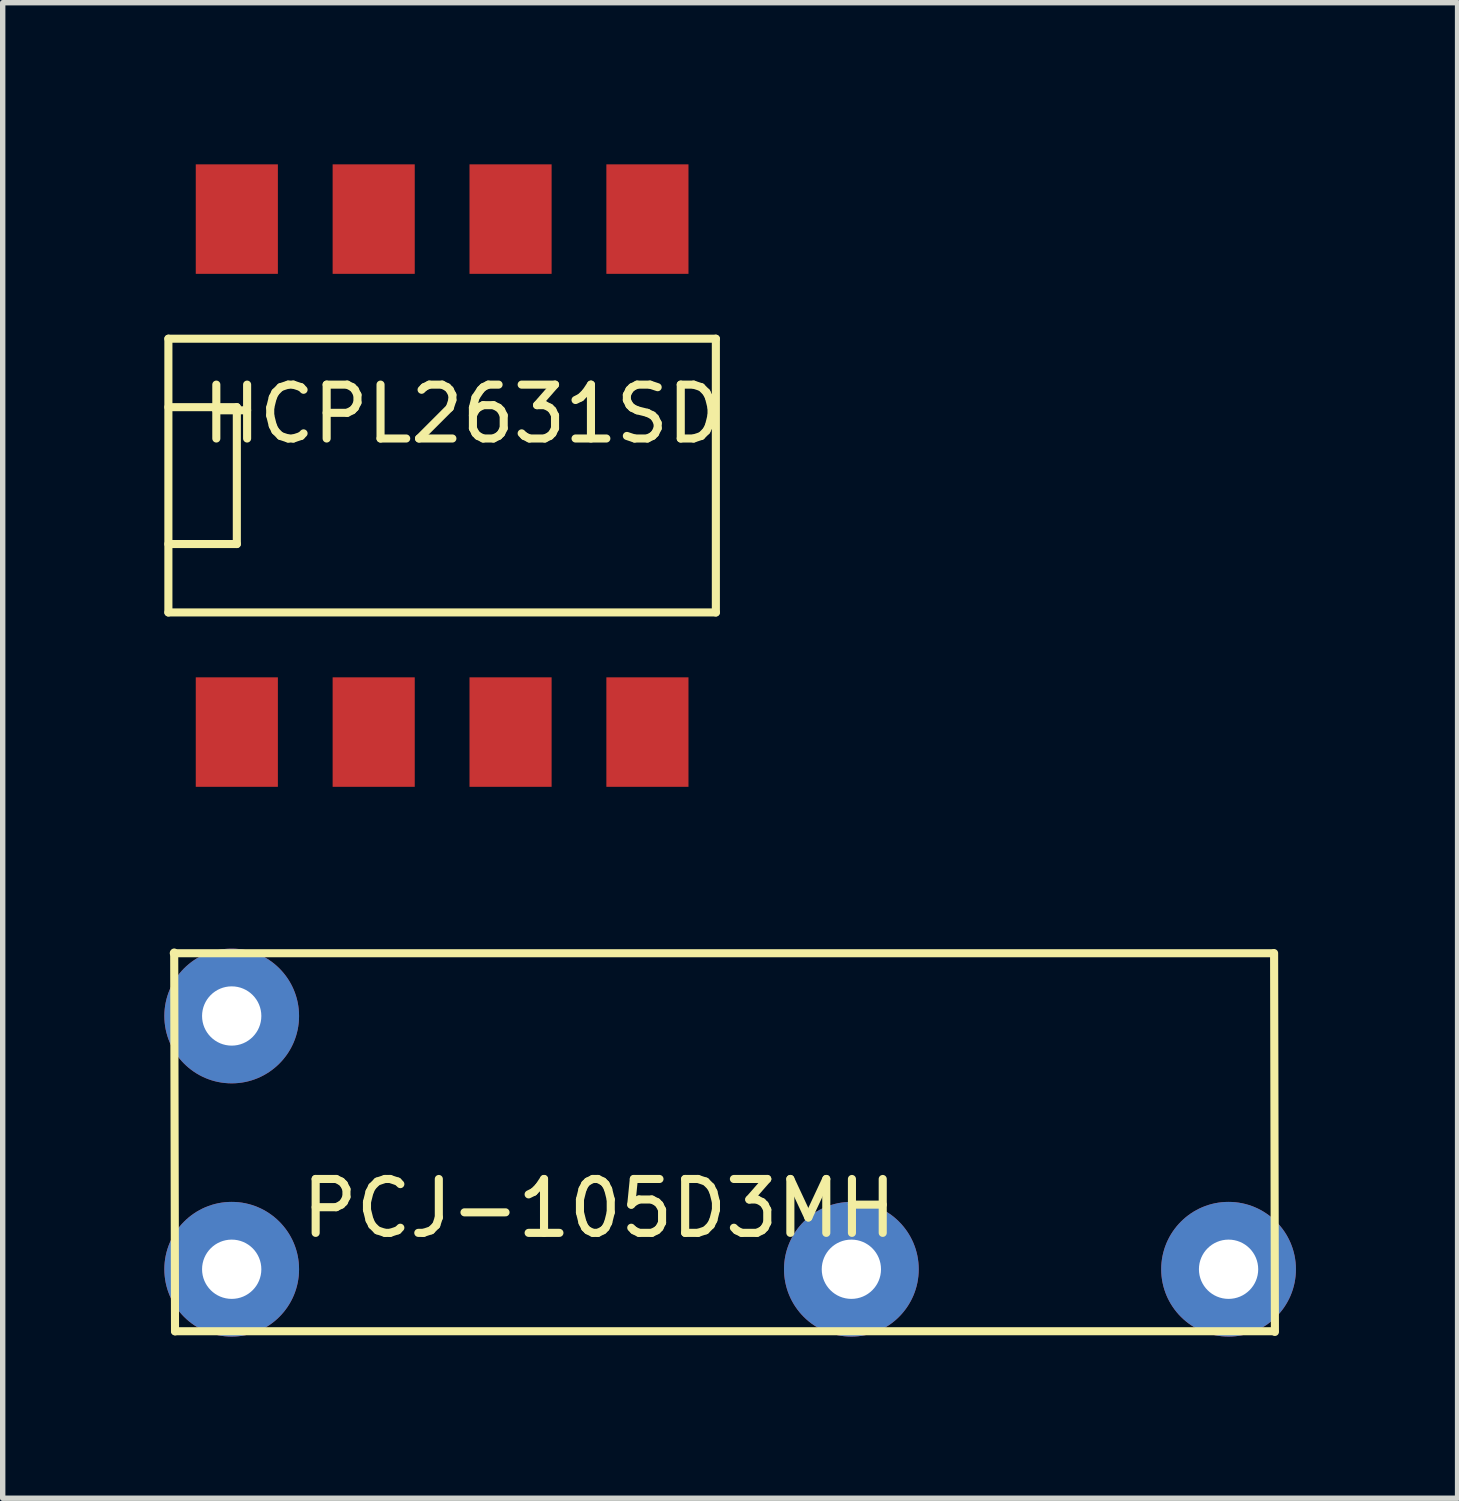
<source format=kicad_pcb>
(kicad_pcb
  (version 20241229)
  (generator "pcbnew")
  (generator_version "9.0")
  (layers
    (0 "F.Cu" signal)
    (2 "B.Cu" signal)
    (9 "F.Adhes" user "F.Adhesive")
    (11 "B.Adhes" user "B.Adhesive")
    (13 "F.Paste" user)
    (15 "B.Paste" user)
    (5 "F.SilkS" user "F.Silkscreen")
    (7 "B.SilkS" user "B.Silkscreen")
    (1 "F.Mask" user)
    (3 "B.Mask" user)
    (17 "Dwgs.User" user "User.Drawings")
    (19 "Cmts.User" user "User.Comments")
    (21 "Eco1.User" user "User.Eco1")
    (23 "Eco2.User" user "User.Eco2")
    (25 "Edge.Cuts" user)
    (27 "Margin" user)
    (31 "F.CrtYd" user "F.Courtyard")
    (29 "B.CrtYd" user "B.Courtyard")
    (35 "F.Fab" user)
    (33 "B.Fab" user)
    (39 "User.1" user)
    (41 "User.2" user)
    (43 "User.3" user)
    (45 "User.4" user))
  (footprint "HCPL2631SD"
    (layer "F.Cu")
    (at 5.155 5.776)
    (property "Reference" "HCPL2631SD" (at 0.381 -1.143 0) (layer "F.SilkS") (effects (font (size 1 1) (thickness 0.15))))
    (attr smd)
    (fp_line (start -5.08 -2.54) (end -5.08 2.54) (stroke (width 0.15) (type solid)) (layer "F.SilkS"))
    (fp_line (start -5.08 -1.27) (end -3.81 -1.27) (stroke (width 0.15) (type solid)) (layer "F.SilkS"))
    (fp_line (start -5.08 2.54) (end 5.08 2.54) (stroke (width 0.15) (type solid)) (layer "F.SilkS"))
    (fp_line (start -3.81 -1.27) (end -3.81 1.27) (stroke (width 0.15) (type solid)) (layer "F.SilkS"))
    (fp_line (start -3.81 1.27) (end -5.08 1.27) (stroke (width 0.15) (type solid)) (layer "F.SilkS"))
    (fp_line (start 5.08 -2.54) (end -5.08 -2.54) (stroke (width 0.15) (type solid)) (layer "F.SilkS"))
    (fp_line (start 5.08 2.54) (end 5.08 -2.54) (stroke (width 0.15) (type solid)) (layer "F.SilkS"))
    (pad "1" smd rect (at -3.81 4.76) (size 1.524 2.032) (layers "F.Cu" "F.Mask" "F.Paste"))
    (pad "2" smd rect (at -1.27 4.76) (size 1.524 2.032) (layers "F.Cu" "F.Mask" "F.Paste"))
    (pad "3" smd rect (at 1.27 4.76) (size 1.524 2.032) (layers "F.Cu" "F.Mask" "F.Paste"))
    (pad "4" smd rect (at 3.81 4.76) (size 1.524 2.032) (layers "F.Cu" "F.Mask" "F.Paste"))
    (pad "5" smd rect (at 3.81 -4.76) (size 1.524 2.032) (layers "F.Cu" "F.Mask" "F.Paste"))
    (pad "6" smd rect (at 1.27 -4.76) (size 1.524 2.032) (layers "F.Cu" "F.Mask" "F.Paste"))
    (pad "7" smd rect (at -1.27 -4.76) (size 1.524 2.032) (layers "F.Cu" "F.Mask" "F.Paste"))
    (pad "8" smd rect (at -3.81 -4.76) (size 1.524 2.032) (layers "F.Cu" "F.Mask" "F.Paste")))
  (footprint "PCJ-105D3MH"
    (layer "F.Cu")
    (at 1.25 20.505)
    (property "Reference" "PCJ-105D3MH" (at 6.82 -1.13 0) (layer "F.SilkS") (effects (font (size 1 1) (thickness 0.15))))
    (attr through_hole)
    (fp_line (start -1.075 -5.865) (end 19.325 -5.865) (stroke (width 0.15) (type solid)) (layer "F.SilkS"))
    (fp_line (start -1.052 1.153) (end -1.067 -5.878) (stroke (width 0.15) (type solid)) (layer "F.SilkS"))
    (fp_line (start -1.05 1.15) (end 19.35 1.15) (stroke (width 0.15) (type solid)) (layer "F.SilkS"))
    (fp_line (start 19.36 1.163) (end 19.345 -5.867) (stroke (width 0.15) (type solid)) (layer "F.SilkS"))
    (pad "1" thru_hole circle (at 11.5 0) (size 2.5 2.5) (drill 1.1) (layers "*.Cu" "*.Mask"))
    (pad "2" thru_hole circle (at 0 -4.7) (size 2.5 2.5) (drill 1.1) (layers "*.Cu" "*.Mask"))
    (pad "6" thru_hole circle (at 0 0) (size 2.5 2.5) (drill 1.1) (layers "*.Cu" "*.Mask"))
    (pad "7" thru_hole circle (at 18.5 0) (size 2.5 2.5) (drill 1.1) (layers "*.Cu" "*.Mask")))
  (gr_rect
    (start -3 -3)
    (end 24 24.755)
    (stroke (width 0.1) (type default))
    (fill no)
    (layer "Edge.Cuts")))
</source>
